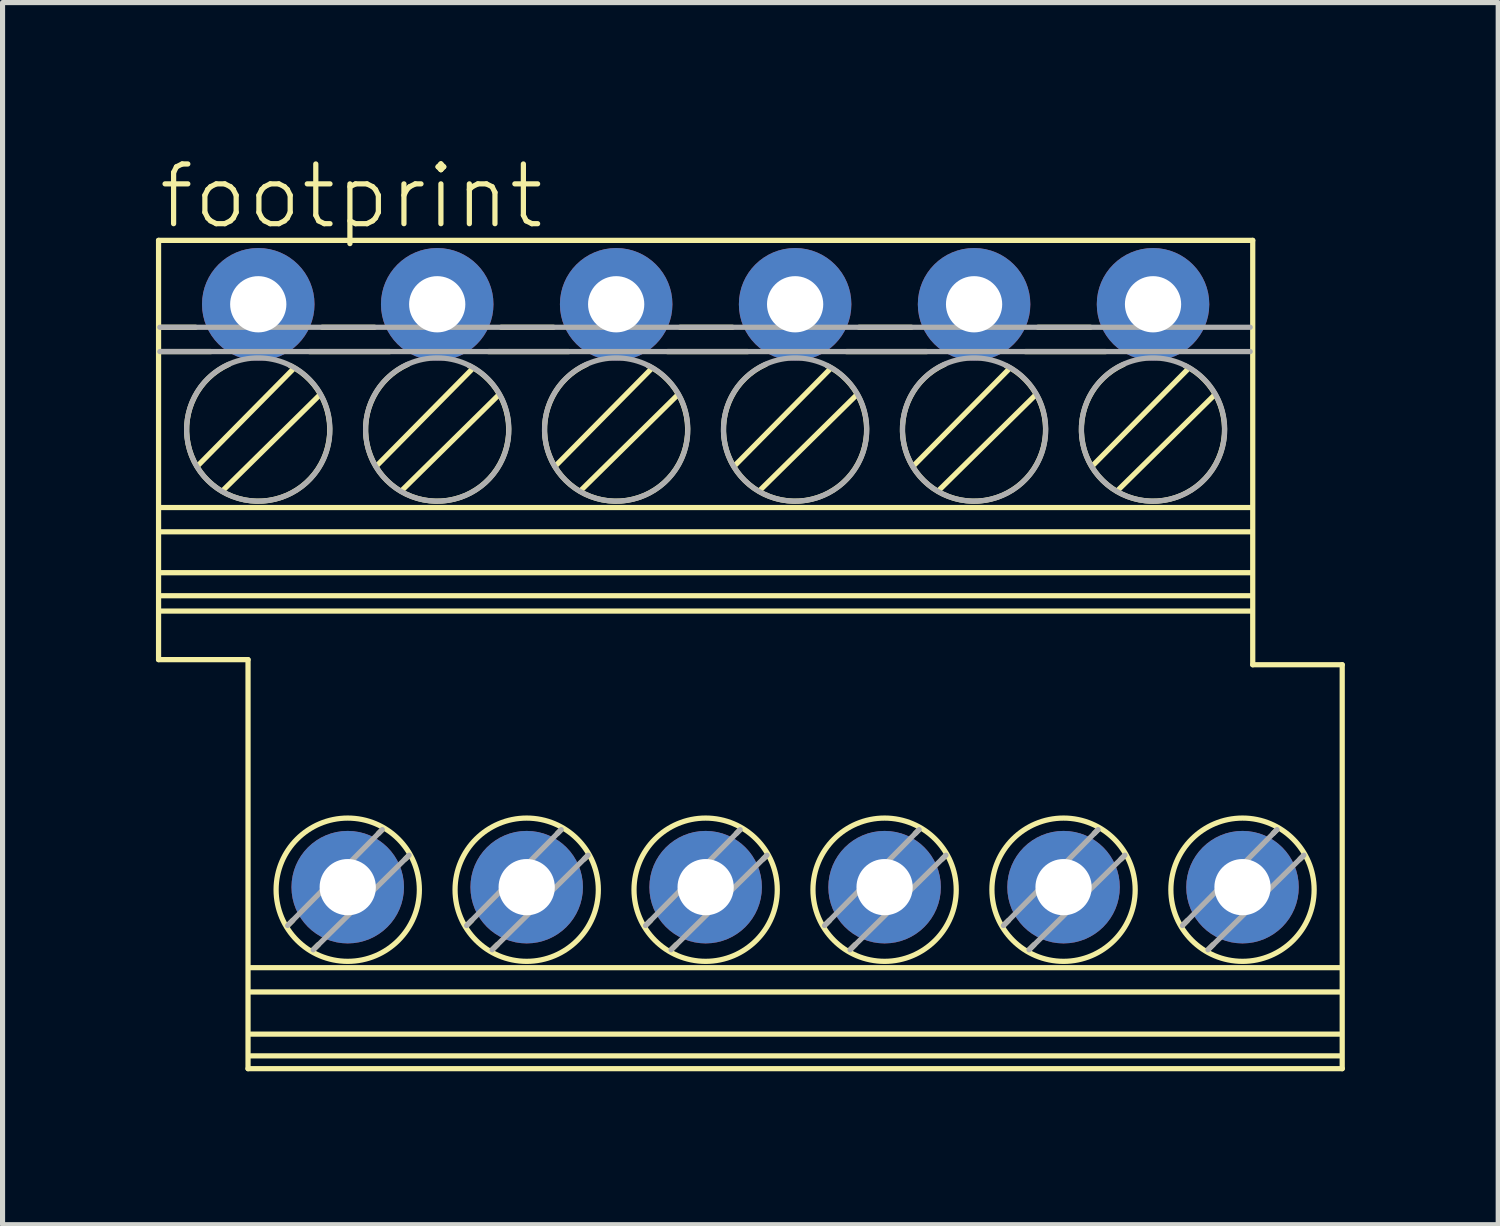
<source format=kicad_pcb>
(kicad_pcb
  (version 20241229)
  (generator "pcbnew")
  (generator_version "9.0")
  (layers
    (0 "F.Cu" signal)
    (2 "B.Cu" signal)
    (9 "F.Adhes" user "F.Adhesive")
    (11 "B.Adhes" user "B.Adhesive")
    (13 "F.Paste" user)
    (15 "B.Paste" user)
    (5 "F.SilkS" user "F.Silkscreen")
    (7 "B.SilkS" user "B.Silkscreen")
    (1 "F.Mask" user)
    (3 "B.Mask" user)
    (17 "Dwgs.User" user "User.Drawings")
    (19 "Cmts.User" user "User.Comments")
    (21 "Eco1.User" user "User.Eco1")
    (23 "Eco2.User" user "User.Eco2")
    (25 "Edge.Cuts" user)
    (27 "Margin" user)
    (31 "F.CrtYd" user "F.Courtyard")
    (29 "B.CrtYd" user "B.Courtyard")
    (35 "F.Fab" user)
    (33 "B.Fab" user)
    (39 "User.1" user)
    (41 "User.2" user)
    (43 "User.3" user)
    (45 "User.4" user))
  (footprint "footprint"
    (layer "F.Cu")
    (at 10.751 9.751)
    (property "Reference" "footprint" (at -10.751 -8.278 0) (layer "F.SilkS") (effects (font (size 1.168 1.168) (thickness 0.102)) (justify left bottom)))
    (fp_line (start -10.7 -8.1) (end 10.7 -8.1) (stroke (width 0.102) (type solid)) (layer "F.SilkS"))
    (fp_line (start -10.7 0.1) (end -10.7 -8.1) (stroke (width 0.102) (type solid)) (layer "F.SilkS"))
    (fp_line (start -10.675 -6.4) (end -9.975 -6.4) (stroke (width 0.102) (type solid)) (layer "F.SilkS"))
    (fp_line (start -10.675 -5.925) (end -9.675 -5.925) (stroke (width 0.102) (type solid)) (layer "F.SilkS"))
    (fp_line (start -10.65 -2.875) (end 10.675 -2.875) (stroke (width 0.102) (type solid)) (layer "F.SilkS"))
    (fp_line (start -10.65 -2.4) (end 10.675 -2.4) (stroke (width 0.102) (type solid)) (layer "F.SilkS"))
    (fp_line (start -10.65 -1.6) (end 10.675 -1.6) (stroke (width 0.102) (type solid)) (layer "F.SilkS"))
    (fp_line (start -10.65 -0.85) (end 10.675 -0.85) (stroke (width 0.102) (type solid)) (layer "F.SilkS"))
    (fp_line (start -9.925 -3.7) (end -8.075 -5.575) (stroke (width 0.102) (type solid)) (layer "F.SilkS"))
    (fp_line (start -9.425 -3.225) (end -7.55 -5.075) (stroke (width 0.102) (type solid)) (layer "F.SilkS"))
    (fp_line (start -8.95 0.1) (end -10.7 0.1) (stroke (width 0.102) (type solid)) (layer "F.SilkS"))
    (fp_line (start -8.95 8.1) (end -8.95 0.1) (stroke (width 0.102) (type solid)) (layer "F.SilkS"))
    (fp_line (start -8.9 6.125) (end 12.425 6.125) (stroke (width 0.102) (type solid)) (layer "F.SilkS"))
    (fp_line (start -8.9 6.6) (end 12.425 6.6) (stroke (width 0.102) (type solid)) (layer "F.SilkS"))
    (fp_line (start -8.9 7.425) (end 12.425 7.425) (stroke (width 0.102) (type solid)) (layer "F.SilkS"))
    (fp_line (start -8.9 7.85) (end 12.425 7.85) (stroke (width 0.102) (type solid)) (layer "F.SilkS"))
    (fp_line (start -8.175 5.3) (end -8.075 5.2) (stroke (width 0.102) (type solid)) (layer "F.SilkS"))
    (fp_line (start -7.75 -5.925) (end -6.175 -5.925) (stroke (width 0.102) (type solid)) (layer "F.SilkS"))
    (fp_line (start -7.675 5.775) (end -7.575 5.675) (stroke (width 0.102) (type solid)) (layer "F.SilkS"))
    (fp_line (start -7.5 -6.4) (end -6.475 -6.4) (stroke (width 0.102) (type solid)) (layer "F.SilkS"))
    (fp_line (start -6.425 -3.7) (end -4.575 -5.575) (stroke (width 0.102) (type solid)) (layer "F.SilkS"))
    (fp_line (start -6.4 3.5) (end -6.325 3.425) (stroke (width 0.102) (type solid)) (layer "F.SilkS"))
    (fp_line (start -5.925 -3.225) (end -4.05 -5.075) (stroke (width 0.102) (type solid)) (layer "F.SilkS"))
    (fp_line (start -5.875 4) (end -5.8 3.925) (stroke (width 0.102) (type solid)) (layer "F.SilkS"))
    (fp_line (start -4.675 5.3) (end -4.575 5.2) (stroke (width 0.102) (type solid)) (layer "F.SilkS"))
    (fp_line (start -4.25 -5.925) (end -2.675 -5.925) (stroke (width 0.102) (type solid)) (layer "F.SilkS"))
    (fp_line (start -4.175 5.775) (end -4.075 5.675) (stroke (width 0.102) (type solid)) (layer "F.SilkS"))
    (fp_line (start -4 -6.4) (end -2.975 -6.4) (stroke (width 0.102) (type solid)) (layer "F.SilkS"))
    (fp_line (start -2.925 -3.7) (end -1.075 -5.575) (stroke (width 0.102) (type solid)) (layer "F.SilkS"))
    (fp_line (start -2.9 3.5) (end -2.825 3.425) (stroke (width 0.102) (type solid)) (layer "F.SilkS"))
    (fp_line (start -2.425 -3.225) (end -0.55 -5.075) (stroke (width 0.102) (type solid)) (layer "F.SilkS"))
    (fp_line (start -2.375 4) (end -2.3 3.925) (stroke (width 0.102) (type solid)) (layer "F.SilkS"))
    (fp_line (start -1.175 5.3) (end -1.075 5.2) (stroke (width 0.102) (type solid)) (layer "F.SilkS"))
    (fp_line (start -0.75 -5.925) (end 0.825 -5.925) (stroke (width 0.102) (type solid)) (layer "F.SilkS"))
    (fp_line (start -0.675 5.775) (end -0.575 5.675) (stroke (width 0.102) (type solid)) (layer "F.SilkS"))
    (fp_line (start -0.5 -6.4) (end 0.525 -6.4) (stroke (width 0.102) (type solid)) (layer "F.SilkS"))
    (fp_line (start 0.575 -3.7) (end 2.425 -5.575) (stroke (width 0.102) (type solid)) (layer "F.SilkS"))
    (fp_line (start 0.6 3.5) (end 0.675 3.425) (stroke (width 0.102) (type solid)) (layer "F.SilkS"))
    (fp_line (start 1.075 -3.225) (end 2.95 -5.075) (stroke (width 0.102) (type solid)) (layer "F.SilkS"))
    (fp_line (start 1.125 4) (end 1.2 3.925) (stroke (width 0.102) (type solid)) (layer "F.SilkS"))
    (fp_line (start 2.325 5.3) (end 2.425 5.2) (stroke (width 0.102) (type solid)) (layer "F.SilkS"))
    (fp_line (start 2.75 -5.925) (end 4.325 -5.925) (stroke (width 0.102) (type solid)) (layer "F.SilkS"))
    (fp_line (start 2.825 5.775) (end 2.925 5.675) (stroke (width 0.102) (type solid)) (layer "F.SilkS"))
    (fp_line (start 3 -6.4) (end 4.025 -6.4) (stroke (width 0.102) (type solid)) (layer "F.SilkS"))
    (fp_line (start 4.075 -3.7) (end 5.925 -5.575) (stroke (width 0.102) (type solid)) (layer "F.SilkS"))
    (fp_line (start 4.1 3.5) (end 4.175 3.425) (stroke (width 0.102) (type solid)) (layer "F.SilkS"))
    (fp_line (start 4.575 -3.225) (end 6.45 -5.075) (stroke (width 0.102) (type solid)) (layer "F.SilkS"))
    (fp_line (start 4.625 4) (end 4.7 3.925) (stroke (width 0.102) (type solid)) (layer "F.SilkS"))
    (fp_line (start 5.825 5.3) (end 5.925 5.2) (stroke (width 0.102) (type solid)) (layer "F.SilkS"))
    (fp_line (start 6.25 -5.925) (end 7.825 -5.925) (stroke (width 0.102) (type solid)) (layer "F.SilkS"))
    (fp_line (start 6.325 5.775) (end 6.425 5.675) (stroke (width 0.102) (type solid)) (layer "F.SilkS"))
    (fp_line (start 6.5 -6.4) (end 7.525 -6.4) (stroke (width 0.102) (type solid)) (layer "F.SilkS"))
    (fp_line (start 7.575 -3.7) (end 9.425 -5.575) (stroke (width 0.102) (type solid)) (layer "F.SilkS"))
    (fp_line (start 7.6 3.5) (end 7.675 3.425) (stroke (width 0.102) (type solid)) (layer "F.SilkS"))
    (fp_line (start 8.075 -3.225) (end 9.95 -5.075) (stroke (width 0.102) (type solid)) (layer "F.SilkS"))
    (fp_line (start 8.125 4) (end 8.2 3.925) (stroke (width 0.102) (type solid)) (layer "F.SilkS"))
    (fp_line (start 9.325 5.3) (end 9.425 5.2) (stroke (width 0.102) (type solid)) (layer "F.SilkS"))
    (fp_line (start 9.825 5.775) (end 9.925 5.675) (stroke (width 0.102) (type solid)) (layer "F.SilkS"))
    (fp_line (start 10.675 -1.15) (end -10.65 -1.15) (stroke (width 0.102) (type solid)) (layer "F.SilkS"))
    (fp_line (start 10.7 -8.1) (end 10.7 0.2) (stroke (width 0.102) (type solid)) (layer "F.SilkS"))
    (fp_line (start 10.7 0.2) (end 12.45 0.2) (stroke (width 0.102) (type solid)) (layer "F.SilkS"))
    (fp_line (start 11.1 3.5) (end 11.175 3.425) (stroke (width 0.102) (type solid)) (layer "F.SilkS"))
    (fp_line (start 11.625 4) (end 11.7 3.925) (stroke (width 0.102) (type solid)) (layer "F.SilkS"))
    (fp_line (start 12.45 0.2) (end 12.45 8.1) (stroke (width 0.102) (type solid)) (layer "F.SilkS"))
    (fp_line (start 12.45 8.1) (end -8.95 8.1) (stroke (width 0.102) (type solid)) (layer "F.SilkS"))
    (fp_arc (start -8.124999 -5.65) (mid -8.780481 -2.999357) (end -9.325 -5.675) (stroke (width 0.1016) (type solid)) (layer "F.SilkS"))
    (fp_arc (start -4.624999 -5.65) (mid -5.280481 -2.999357) (end -5.825 -5.675) (stroke (width 0.1016) (type solid)) (layer "F.SilkS"))
    (fp_arc (start -1.124999 -5.65) (mid -1.780481 -2.999357) (end -2.325 -5.675) (stroke (width 0.1016) (type solid)) (layer "F.SilkS"))
    (fp_arc (start 2.375001 -5.65) (mid 1.719517 -2.999357) (end 1.175 -5.675) (stroke (width 0.1016) (type solid)) (layer "F.SilkS"))
    (fp_arc (start 5.875001 -5.65) (mid 5.219517 -2.999357) (end 4.675 -5.675) (stroke (width 0.1016) (type solid)) (layer "F.SilkS"))
    (fp_arc (start 9.375001 -5.65) (mid 8.719517 -2.999357) (end 8.175 -5.675) (stroke (width 0.1016) (type solid)) (layer "F.SilkS"))
    (fp_circle (center -7 4.6) (end -5.599 4.6) (stroke (width 0.102) (type solid)) (fill no) (layer "F.SilkS"))
    (fp_circle (center -3.5 4.6) (end -2.099 4.6) (stroke (width 0.102) (type solid)) (fill no) (layer "F.SilkS"))
    (fp_circle (center 0 4.6) (end 1.401 4.6) (stroke (width 0.102) (type solid)) (fill no) (layer "F.SilkS"))
    (fp_circle (center 3.5 4.6) (end 4.901 4.6) (stroke (width 0.102) (type solid)) (fill no) (layer "F.SilkS"))
    (fp_circle (center 7 4.6) (end 8.401 4.6) (stroke (width 0.102) (type solid)) (fill no) (layer "F.SilkS"))
    (fp_circle (center 10.5 4.6) (end 11.901 4.6) (stroke (width 0.102) (type solid)) (fill no) (layer "F.SilkS"))
    (fp_line (start -10.675 -6.4) (end 10.65 -6.4) (stroke (width 0.102) (type solid)) (layer "F.Fab"))
    (fp_line (start -10.675 -5.925) (end 10.65 -5.925) (stroke (width 0.102) (type solid)) (layer "F.Fab"))
    (fp_line (start -8.175 5.3) (end -6.325 3.425) (stroke (width 0.102) (type solid)) (layer "F.Fab"))
    (fp_line (start -7.675 5.775) (end -5.8 3.925) (stroke (width 0.102) (type solid)) (layer "F.Fab"))
    (fp_line (start -4.675 5.3) (end -2.825 3.425) (stroke (width 0.102) (type solid)) (layer "F.Fab"))
    (fp_line (start -4.175 5.775) (end -2.3 3.925) (stroke (width 0.102) (type solid)) (layer "F.Fab"))
    (fp_line (start -1.175 5.3) (end 0.675 3.425) (stroke (width 0.102) (type solid)) (layer "F.Fab"))
    (fp_line (start -0.675 5.775) (end 1.2 3.925) (stroke (width 0.102) (type solid)) (layer "F.Fab"))
    (fp_line (start 2.325 5.3) (end 4.175 3.425) (stroke (width 0.102) (type solid)) (layer "F.Fab"))
    (fp_line (start 2.825 5.775) (end 4.7 3.925) (stroke (width 0.102) (type solid)) (layer "F.Fab"))
    (fp_line (start 5.825 5.3) (end 7.675 3.425) (stroke (width 0.102) (type solid)) (layer "F.Fab"))
    (fp_line (start 6.325 5.775) (end 8.2 3.925) (stroke (width 0.102) (type solid)) (layer "F.Fab"))
    (fp_line (start 9.325 5.3) (end 11.175 3.425) (stroke (width 0.102) (type solid)) (layer "F.Fab"))
    (fp_line (start 9.825 5.775) (end 11.7 3.925) (stroke (width 0.102) (type solid)) (layer "F.Fab"))
    (fp_circle (center -8.75 -4.4) (end -7.349 -4.4) (stroke (width 0.102) (type solid)) (fill no) (layer "F.Fab"))
    (fp_circle (center -5.25 -4.4) (end -3.849 -4.4) (stroke (width 0.102) (type solid)) (fill no) (layer "F.Fab"))
    (fp_circle (center -1.75 -4.4) (end -0.349 -4.4) (stroke (width 0.102) (type solid)) (fill no) (layer "F.Fab"))
    (fp_circle (center 1.75 -4.4) (end 3.151 -4.4) (stroke (width 0.102) (type solid)) (fill no) (layer "F.Fab"))
    (fp_circle (center 5.25 -4.4) (end 6.651 -4.4) (stroke (width 0.102) (type solid)) (fill no) (layer "F.Fab"))
    (fp_circle (center 8.75 -4.4) (end 10.151 -4.4) (stroke (width 0.102) (type solid)) (fill no) (layer "F.Fab"))
    (pad "1" thru_hole circle (at -8.75 -6.85) (size 2.2 2.2) (drill 1.1) (layers "*.Cu" "*.Mask"))
    (pad "2" thru_hole circle (at -7 4.55) (size 2.2 2.2) (drill 1.1) (layers "*.Cu" "*.Mask"))
    (pad "3" thru_hole circle (at -5.25 -6.85) (size 2.2 2.2) (drill 1.1) (layers "*.Cu" "*.Mask"))
    (pad "4" thru_hole circle (at -3.5 4.55) (size 2.2 2.2) (drill 1.1) (layers "*.Cu" "*.Mask"))
    (pad "5" thru_hole circle (at -1.75 -6.85) (size 2.2 2.2) (drill 1.1) (layers "*.Cu" "*.Mask"))
    (pad "6" thru_hole circle (at 0 4.55) (size 2.2 2.2) (drill 1.1) (layers "*.Cu" "*.Mask"))
    (pad "7" thru_hole circle (at 1.75 -6.85) (size 2.2 2.2) (drill 1.1) (layers "*.Cu" "*.Mask"))
    (pad "8" thru_hole circle (at 3.5 4.55) (size 2.2 2.2) (drill 1.1) (layers "*.Cu" "*.Mask"))
    (pad "9" thru_hole circle (at 5.25 -6.85) (size 2.2 2.2) (drill 1.1) (layers "*.Cu" "*.Mask"))
    (pad "10" thru_hole circle (at 7 4.55) (size 2.2 2.2) (drill 1.1) (layers "*.Cu" "*.Mask"))
    (pad "11" thru_hole circle (at 8.75 -6.85) (size 2.2 2.2) (drill 1.1) (layers "*.Cu" "*.Mask"))
    (pad "12" thru_hole circle (at 10.5 4.55) (size 2.2 2.2) (drill 1.1) (layers "*.Cu" "*.Mask")))
  (gr_rect
    (start -3 -3)
    (end 26.252 20.902)
    (stroke (width 0.1) (type default))
    (fill no)
    (layer "Edge.Cuts")))
</source>
